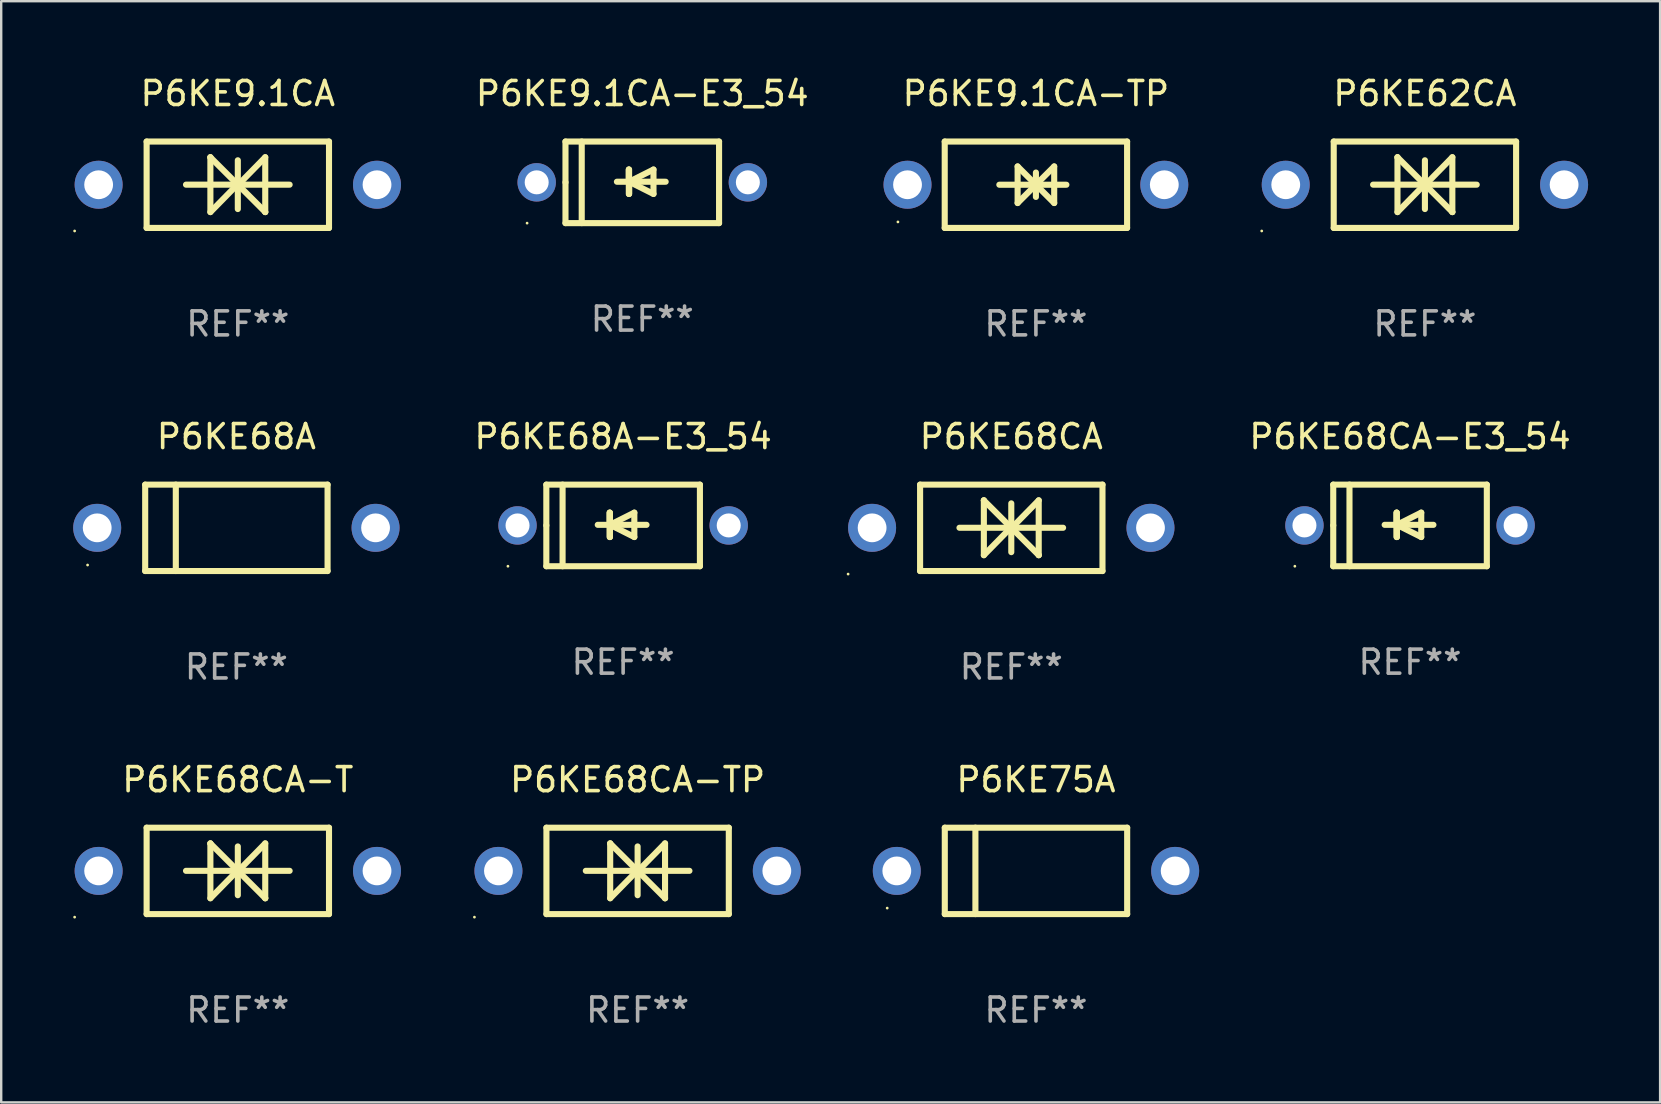
<source format=kicad_pcb>
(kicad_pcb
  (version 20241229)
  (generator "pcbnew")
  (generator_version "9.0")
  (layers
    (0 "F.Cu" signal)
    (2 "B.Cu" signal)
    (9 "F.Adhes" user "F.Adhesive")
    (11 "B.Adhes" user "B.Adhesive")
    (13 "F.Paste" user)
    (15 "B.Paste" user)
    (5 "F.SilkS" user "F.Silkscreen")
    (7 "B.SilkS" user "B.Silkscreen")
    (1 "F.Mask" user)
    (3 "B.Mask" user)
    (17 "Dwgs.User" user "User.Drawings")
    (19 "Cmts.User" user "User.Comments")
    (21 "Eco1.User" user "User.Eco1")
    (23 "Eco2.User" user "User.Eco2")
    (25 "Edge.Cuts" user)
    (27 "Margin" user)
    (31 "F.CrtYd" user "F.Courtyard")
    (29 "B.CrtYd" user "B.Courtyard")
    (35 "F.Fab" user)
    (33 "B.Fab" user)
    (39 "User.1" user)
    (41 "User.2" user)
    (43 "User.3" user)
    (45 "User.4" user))
  (footprint "P6KE9.1CA"
    (layer "F.Cu")
    (at 6.86 4.648)
    (property "Reference" "P6KE9.1CA" (at 0 -3.8 0) (layer "F.SilkS") (effects (font (size 1 1) (thickness 0.15))))
    (attr through_hole)
    (fp_line (start -3.8 -1.8) (end -3.8 1.8) (stroke (width 0.254) (type solid)) (layer "F.SilkS"))
    (fp_line (start -3.8 -1.8) (end 3.8 -1.8) (stroke (width 0.254) (type solid)) (layer "F.SilkS"))
    (fp_line (start -3.8 1.8) (end 3.8 1.8) (stroke (width 0.254) (type solid)) (layer "F.SilkS"))
    (fp_line (start -2.159 -0.003) (end 2.159 -0.003) (stroke (width 0.254) (type solid)) (layer "F.SilkS"))
    (fp_line (start -1.143 -1.146) (end -1.143 1.14) (stroke (width 0.254) (type solid)) (layer "F.SilkS"))
    (fp_line (start -1.143 -1.143) (end -1.143 -1.146) (stroke (width 0.254) (type solid)) (layer "F.SilkS"))
    (fp_line (start 0 -1.019) (end 0 1.013) (stroke (width 0.254) (type solid)) (layer "F.SilkS"))
    (fp_line (start 0 -0.026) (end -1.143 1.14) (stroke (width 0.254) (type solid)) (layer "F.SilkS"))
    (fp_line (start 0 -0.006) (end 1.143 1.137) (stroke (width 0.254) (type solid)) (layer "F.SilkS"))
    (fp_line (start 0 0) (end -1.143 -1.143) (stroke (width 0.254) (type solid)) (layer "F.SilkS"))
    (fp_line (start 0 0.02) (end 1.143 -1.146) (stroke (width 0.254) (type solid)) (layer "F.SilkS"))
    (fp_line (start 1.143 1.137) (end 1.143 1.14) (stroke (width 0.254) (type solid)) (layer "F.SilkS"))
    (fp_line (start 1.143 1.14) (end 1.143 -1.146) (stroke (width 0.254) (type solid)) (layer "F.SilkS"))
    (fp_line (start 3.8 -1.8) (end 3.8 1.8) (stroke (width 0.254) (type solid)) (layer "F.SilkS"))
    (fp_circle (center -6.8 1.927) (end -6.77 1.927) (stroke (width 0.06) (type solid)) (fill no) (layer "F.SilkS"))
    (fp_text user "REF**" (at 0 5.8 0) (layer "F.Fab") (effects (font (size 1 1) (thickness 0.15))))
    (pad "1" thru_hole circle (at -5.8 0) (size 2 2) (drill 1.2) (layers "*.Cu" "*.Mask"))
    (pad "2" thru_hole circle (at 5.8 0) (size 2 2) (drill 1.2) (layers "*.Cu" "*.Mask")))
  (footprint "P6KE62CA"
    (layer "F.Cu")
    (at 56.327 4.648)
    (property "Reference" "P6KE62CA" (at 0 -3.8 0) (layer "F.SilkS") (effects (font (size 1 1) (thickness 0.15))))
    (attr through_hole)
    (fp_line (start -3.8 -1.8) (end -3.8 1.8) (stroke (width 0.254) (type solid)) (layer "F.SilkS"))
    (fp_line (start -3.8 -1.8) (end 3.8 -1.8) (stroke (width 0.254) (type solid)) (layer "F.SilkS"))
    (fp_line (start -3.8 1.8) (end 3.8 1.8) (stroke (width 0.254) (type solid)) (layer "F.SilkS"))
    (fp_line (start -2.159 -0.003) (end 2.159 -0.003) (stroke (width 0.254) (type solid)) (layer "F.SilkS"))
    (fp_line (start -1.143 -1.146) (end -1.143 1.14) (stroke (width 0.254) (type solid)) (layer "F.SilkS"))
    (fp_line (start -1.143 -1.143) (end -1.143 -1.146) (stroke (width 0.254) (type solid)) (layer "F.SilkS"))
    (fp_line (start 0 -1.019) (end 0 1.013) (stroke (width 0.254) (type solid)) (layer "F.SilkS"))
    (fp_line (start 0 -0.026) (end -1.143 1.14) (stroke (width 0.254) (type solid)) (layer "F.SilkS"))
    (fp_line (start 0 -0.006) (end 1.143 1.137) (stroke (width 0.254) (type solid)) (layer "F.SilkS"))
    (fp_line (start 0 0) (end -1.143 -1.143) (stroke (width 0.254) (type solid)) (layer "F.SilkS"))
    (fp_line (start 0 0.02) (end 1.143 -1.146) (stroke (width 0.254) (type solid)) (layer "F.SilkS"))
    (fp_line (start 1.143 1.137) (end 1.143 1.14) (stroke (width 0.254) (type solid)) (layer "F.SilkS"))
    (fp_line (start 1.143 1.14) (end 1.143 -1.146) (stroke (width 0.254) (type solid)) (layer "F.SilkS"))
    (fp_line (start 3.8 -1.8) (end 3.8 1.8) (stroke (width 0.254) (type solid)) (layer "F.SilkS"))
    (fp_circle (center -6.8 1.927) (end -6.77 1.927) (stroke (width 0.06) (type solid)) (fill no) (layer "F.SilkS"))
    (fp_text user "REF**" (at 0 5.8 0) (layer "F.Fab") (effects (font (size 1 1) (thickness 0.15))))
    (pad "1" thru_hole circle (at -5.8 0) (size 2 2) (drill 1.2) (layers "*.Cu" "*.Mask"))
    (pad "2" thru_hole circle (at 5.8 0) (size 2 2) (drill 1.2) (layers "*.Cu" "*.Mask")))
  (footprint "P6KE68CA"
    (layer "F.Cu")
    (at 39.091 18.945)
    (property "Reference" "P6KE68CA" (at 0 -3.8 0) (layer "F.SilkS") (effects (font (size 1 1) (thickness 0.15))))
    (attr through_hole)
    (fp_line (start -3.8 -1.8) (end -3.8 1.8) (stroke (width 0.254) (type solid)) (layer "F.SilkS"))
    (fp_line (start -3.8 -1.8) (end 3.8 -1.8) (stroke (width 0.254) (type solid)) (layer "F.SilkS"))
    (fp_line (start -3.8 1.8) (end 3.8 1.8) (stroke (width 0.254) (type solid)) (layer "F.SilkS"))
    (fp_line (start -2.159 -0.003) (end 2.159 -0.003) (stroke (width 0.254) (type solid)) (layer "F.SilkS"))
    (fp_line (start -1.143 -1.146) (end -1.143 1.14) (stroke (width 0.254) (type solid)) (layer "F.SilkS"))
    (fp_line (start -1.143 -1.143) (end -1.143 -1.146) (stroke (width 0.254) (type solid)) (layer "F.SilkS"))
    (fp_line (start 0 -1.019) (end 0 1.013) (stroke (width 0.254) (type solid)) (layer "F.SilkS"))
    (fp_line (start 0 -0.026) (end -1.143 1.14) (stroke (width 0.254) (type solid)) (layer "F.SilkS"))
    (fp_line (start 0 -0.006) (end 1.143 1.137) (stroke (width 0.254) (type solid)) (layer "F.SilkS"))
    (fp_line (start 0 0) (end -1.143 -1.143) (stroke (width 0.254) (type solid)) (layer "F.SilkS"))
    (fp_line (start 0 0.02) (end 1.143 -1.146) (stroke (width 0.254) (type solid)) (layer "F.SilkS"))
    (fp_line (start 1.143 1.137) (end 1.143 1.14) (stroke (width 0.254) (type solid)) (layer "F.SilkS"))
    (fp_line (start 1.143 1.14) (end 1.143 -1.146) (stroke (width 0.254) (type solid)) (layer "F.SilkS"))
    (fp_line (start 3.8 -1.8) (end 3.8 1.8) (stroke (width 0.254) (type solid)) (layer "F.SilkS"))
    (fp_circle (center -6.8 1.927) (end -6.77 1.927) (stroke (width 0.06) (type solid)) (fill no) (layer "F.SilkS"))
    (fp_text user "REF**" (at 0 5.8 0) (layer "F.Fab") (effects (font (size 1 1) (thickness 0.15))))
    (pad "1" thru_hole circle (at -5.8 0) (size 2 2) (drill 1.2) (layers "*.Cu" "*.Mask"))
    (pad "2" thru_hole circle (at 5.8 0) (size 2 2) (drill 1.2) (layers "*.Cu" "*.Mask")))
  (footprint "P6KE68A-E3_54"
    (layer "F.Cu")
    (at 22.916 18.845)
    (property "Reference" "P6KE68A-E3_54" (at 0 -3.7 0) (layer "F.SilkS") (effects (font (size 1 1) (thickness 0.15))))
    (attr through_hole)
    (fp_line (start -3.2 -1.7) (end 3.2 -1.7) (stroke (width 0.254) (type solid)) (layer "F.SilkS"))
    (fp_line (start -3.2 0) (end -3.2 -1.7) (stroke (width 0.254) (type solid)) (layer "F.SilkS"))
    (fp_line (start -3.2 1.7) (end -3.2 0) (stroke (width 0.254) (type solid)) (layer "F.SilkS"))
    (fp_line (start -2.523 -1.7) (end -2.523 1.7) (stroke (width 0.254) (type solid)) (layer "F.SilkS"))
    (fp_line (start -0.561 -0.533) (end -0.561 0.483) (stroke (width 0.254) (type solid)) (layer "F.SilkS"))
    (fp_line (start -0.561 -0.025) (end -0.561 -0.533) (stroke (width 0.254) (type solid)) (layer "F.SilkS"))
    (fp_line (start -0.549 -0.025) (end -0.549 0.483) (stroke (width 0.254) (type solid)) (layer "F.SilkS"))
    (fp_line (start -0.549 -0.025) (end 0.467 0.483) (stroke (width 0.254) (type solid)) (layer "F.SilkS"))
    (fp_line (start -0.549 0.483) (end -0.549 -0.533) (stroke (width 0.254) (type solid)) (layer "F.SilkS"))
    (fp_line (start 0.467 -0.533) (end -0.549 -0.025) (stroke (width 0.254) (type solid)) (layer "F.SilkS"))
    (fp_line (start 0.467 0.483) (end 0.467 -0.533) (stroke (width 0.254) (type solid)) (layer "F.SilkS"))
    (fp_line (start 0.975 -0.025) (end -1.057 -0.025) (stroke (width 0.254) (type solid)) (layer "F.SilkS"))
    (fp_line (start 3.2 -1.7) (end 3.2 1.7) (stroke (width 0.254) (type solid)) (layer "F.SilkS"))
    (fp_line (start 3.2 1.7) (end -3.2 1.7) (stroke (width 0.254) (type solid)) (layer "F.SilkS"))
    (fp_circle (center -4.8 1.7) (end -4.77 1.7) (stroke (width 0.06) (type solid)) (fill no) (layer "F.SilkS"))
    (fp_text user "REF**" (at 0 5.7 0) (layer "F.Fab") (effects (font (size 1 1) (thickness 0.15))))
    (pad "1" thru_hole circle (at -4.4 0) (size 1.6 1.6) (drill 1) (layers "*.Cu" "*.Mask"))
    (pad "2" thru_hole circle (at 4.4 0) (size 1.6 1.6) (drill 1) (layers "*.Cu" "*.Mask")))
  (footprint "P6KE68A"
    (layer "F.Cu")
    (at 6.8 18.945)
    (property "Reference" "P6KE68A" (at 0 -3.8 0) (layer "F.SilkS") (effects (font (size 1 1) (thickness 0.15))))
    (attr through_hole)
    (fp_line (start -3.8 -1.8) (end -3.8 1.8) (stroke (width 0.254) (type solid)) (layer "F.SilkS"))
    (fp_line (start -3.8 -1.8) (end 3.8 -1.8) (stroke (width 0.254) (type solid)) (layer "F.SilkS"))
    (fp_line (start -3.8 1.8) (end 3.8 1.8) (stroke (width 0.254) (type solid)) (layer "F.SilkS"))
    (fp_line (start -2.524 -1.8) (end -2.524 1.8) (stroke (width 0.254) (type solid)) (layer "F.SilkS"))
    (fp_line (start 3.8 -1.8) (end 3.8 1.8) (stroke (width 0.254) (type solid)) (layer "F.SilkS"))
    (fp_circle (center -6.2 1.55) (end -6.17 1.55) (stroke (width 0.06) (type solid)) (fill no) (layer "F.SilkS"))
    (fp_text user "REF**" (at 0 5.8 0) (layer "F.Fab") (effects (font (size 1 1) (thickness 0.15))))
    (pad "1" thru_hole circle (at -5.8 0) (size 2 2) (drill 1.2) (layers "*.Cu" "*.Mask"))
    (pad "2" thru_hole circle (at 5.8 0) (size 2 2) (drill 1.2) (layers "*.Cu" "*.Mask")))
  (footprint "P6KE9.1CA-E3_54"
    (layer "F.Cu")
    (at 23.714 4.548)
    (property "Reference" "P6KE9.1CA-E3_54" (at 0 -3.7 0) (layer "F.SilkS") (effects (font (size 1 1) (thickness 0.15))))
    (attr through_hole)
    (fp_line (start -3.2 -1.7) (end 3.2 -1.7) (stroke (width 0.254) (type solid)) (layer "F.SilkS"))
    (fp_line (start -3.2 0) (end -3.2 -1.7) (stroke (width 0.254) (type solid)) (layer "F.SilkS"))
    (fp_line (start -3.2 1.7) (end -3.2 0) (stroke (width 0.254) (type solid)) (layer "F.SilkS"))
    (fp_line (start -2.523 -1.7) (end -2.523 1.7) (stroke (width 0.254) (type solid)) (layer "F.SilkS"))
    (fp_line (start -0.561 -0.533) (end -0.561 0.483) (stroke (width 0.254) (type solid)) (layer "F.SilkS"))
    (fp_line (start -0.561 -0.025) (end -0.561 -0.533) (stroke (width 0.254) (type solid)) (layer "F.SilkS"))
    (fp_line (start -0.549 -0.025) (end -0.549 0.483) (stroke (width 0.254) (type solid)) (layer "F.SilkS"))
    (fp_line (start -0.549 -0.025) (end 0.467 0.483) (stroke (width 0.254) (type solid)) (layer "F.SilkS"))
    (fp_line (start -0.549 0.483) (end -0.549 -0.533) (stroke (width 0.254) (type solid)) (layer "F.SilkS"))
    (fp_line (start 0.467 -0.533) (end -0.549 -0.025) (stroke (width 0.254) (type solid)) (layer "F.SilkS"))
    (fp_line (start 0.467 0.483) (end 0.467 -0.533) (stroke (width 0.254) (type solid)) (layer "F.SilkS"))
    (fp_line (start 0.975 -0.025) (end -1.057 -0.025) (stroke (width 0.254) (type solid)) (layer "F.SilkS"))
    (fp_line (start 3.2 -1.7) (end 3.2 1.7) (stroke (width 0.254) (type solid)) (layer "F.SilkS"))
    (fp_line (start 3.2 1.7) (end -3.2 1.7) (stroke (width 0.254) (type solid)) (layer "F.SilkS"))
    (fp_circle (center -4.8 1.7) (end -4.77 1.7) (stroke (width 0.06) (type solid)) (fill no) (layer "F.SilkS"))
    (fp_text user "REF**" (at 0 5.7 0) (layer "F.Fab") (effects (font (size 1 1) (thickness 0.15))))
    (pad "1" thru_hole circle (at -4.4 0) (size 1.6 1.6) (drill 1) (layers "*.Cu" "*.Mask"))
    (pad "2" thru_hole circle (at 4.4 0) (size 1.6 1.6) (drill 1) (layers "*.Cu" "*.Mask")))
  (footprint "P6KE68CA-TP"
    (layer "F.Cu")
    (at 23.52 33.241)
    (property "Reference" "P6KE68CA-TP" (at 0 -3.8 0) (layer "F.SilkS") (effects (font (size 1 1) (thickness 0.15))))
    (attr through_hole)
    (fp_line (start -3.8 -1.8) (end -3.8 1.8) (stroke (width 0.254) (type solid)) (layer "F.SilkS"))
    (fp_line (start -3.8 -1.8) (end 3.8 -1.8) (stroke (width 0.254) (type solid)) (layer "F.SilkS"))
    (fp_line (start -3.8 1.8) (end 3.8 1.8) (stroke (width 0.254) (type solid)) (layer "F.SilkS"))
    (fp_line (start -2.159 -0.003) (end 2.159 -0.003) (stroke (width 0.254) (type solid)) (layer "F.SilkS"))
    (fp_line (start -1.143 -1.146) (end -1.143 1.14) (stroke (width 0.254) (type solid)) (layer "F.SilkS"))
    (fp_line (start -1.143 -1.143) (end -1.143 -1.146) (stroke (width 0.254) (type solid)) (layer "F.SilkS"))
    (fp_line (start 0 -1.019) (end 0 1.013) (stroke (width 0.254) (type solid)) (layer "F.SilkS"))
    (fp_line (start 0 -0.026) (end -1.143 1.14) (stroke (width 0.254) (type solid)) (layer "F.SilkS"))
    (fp_line (start 0 -0.006) (end 1.143 1.137) (stroke (width 0.254) (type solid)) (layer "F.SilkS"))
    (fp_line (start 0 0) (end -1.143 -1.143) (stroke (width 0.254) (type solid)) (layer "F.SilkS"))
    (fp_line (start 0 0.02) (end 1.143 -1.146) (stroke (width 0.254) (type solid)) (layer "F.SilkS"))
    (fp_line (start 1.143 1.137) (end 1.143 1.14) (stroke (width 0.254) (type solid)) (layer "F.SilkS"))
    (fp_line (start 1.143 1.14) (end 1.143 -1.146) (stroke (width 0.254) (type solid)) (layer "F.SilkS"))
    (fp_line (start 3.8 -1.8) (end 3.8 1.8) (stroke (width 0.254) (type solid)) (layer "F.SilkS"))
    (fp_circle (center -6.8 1.927) (end -6.77 1.927) (stroke (width 0.06) (type solid)) (fill no) (layer "F.SilkS"))
    (fp_text user "REF**" (at 0 5.8 0) (layer "F.Fab") (effects (font (size 1 1) (thickness 0.15))))
    (pad "1" thru_hole circle (at -5.8 0) (size 2 2) (drill 1.2) (layers "*.Cu" "*.Mask"))
    (pad "2" thru_hole circle (at 5.8 0) (size 2 2) (drill 1.2) (layers "*.Cu" "*.Mask")))
  (footprint "P6KE9.1CA-TP"
    (layer "F.Cu")
    (at 40.117 4.648)
    (property "Reference" "P6KE9.1CA-TP" (at 0 -3.8 0) (layer "F.SilkS") (effects (font (size 1 1) (thickness 0.15))))
    (attr through_hole)
    (fp_line (start -3.8 -1.8) (end -3.8 1.8) (stroke (width 0.254) (type solid)) (layer "F.SilkS"))
    (fp_line (start -3.8 -1.8) (end 3.8 -1.8) (stroke (width 0.254) (type solid)) (layer "F.SilkS"))
    (fp_line (start -3.8 1.8) (end 3.8 1.8) (stroke (width 0.254) (type solid)) (layer "F.SilkS"))
    (fp_line (start -1.524 0) (end 1.27 0) (stroke (width 0.254) (type solid)) (layer "F.SilkS"))
    (fp_line (start -0.762 -0.762) (end 0.762 0.762) (stroke (width 0.254) (type solid)) (layer "F.SilkS"))
    (fp_line (start -0.762 0.762) (end -0.762 -0.762) (stroke (width 0.254) (type solid)) (layer "F.SilkS"))
    (fp_line (start 0 -0.508) (end 0 0.508) (stroke (width 0.254) (type solid)) (layer "F.SilkS"))
    (fp_line (start 0.762 -0.762) (end -0.762 0.762) (stroke (width 0.254) (type solid)) (layer "F.SilkS"))
    (fp_line (start 0.762 0.762) (end 0.762 -0.762) (stroke (width 0.254) (type solid)) (layer "F.SilkS"))
    (fp_line (start 3.8 -1.8) (end 3.8 1.8) (stroke (width 0.254) (type solid)) (layer "F.SilkS"))
    (fp_circle (center -5.75 1.55) (end -5.72 1.55) (stroke (width 0.06) (type solid)) (fill no) (layer "F.SilkS"))
    (fp_text user "REF**" (at 0 5.8 0) (layer "F.Fab") (effects (font (size 1 1) (thickness 0.15))))
    (pad "1" thru_hole circle (at -5.35 0) (size 2 2) (drill 1.2) (layers "*.Cu" "*.Mask"))
    (pad "2" thru_hole circle (at 5.35 0) (size 2 2) (drill 1.2) (layers "*.Cu" "*.Mask")))
  (footprint "P6KE75A"
    (layer "F.Cu")
    (at 40.12 33.241)
    (property "Reference" "P6KE75A" (at 0 -3.8 0) (layer "F.SilkS") (effects (font (size 1 1) (thickness 0.15))))
    (attr through_hole)
    (fp_line (start -3.8 -1.8) (end -3.8 1.8) (stroke (width 0.254) (type solid)) (layer "F.SilkS"))
    (fp_line (start -3.8 -1.8) (end 3.8 -1.8) (stroke (width 0.254) (type solid)) (layer "F.SilkS"))
    (fp_line (start -3.8 1.8) (end 3.8 1.8) (stroke (width 0.254) (type solid)) (layer "F.SilkS"))
    (fp_line (start -2.524 -1.8) (end -2.524 1.8) (stroke (width 0.254) (type solid)) (layer "F.SilkS"))
    (fp_line (start 3.8 -1.8) (end 3.8 1.8) (stroke (width 0.254) (type solid)) (layer "F.SilkS"))
    (fp_circle (center -6.2 1.55) (end -6.17 1.55) (stroke (width 0.06) (type solid)) (fill no) (layer "F.SilkS"))
    (fp_text user "REF**" (at 0 5.8 0) (layer "F.Fab") (effects (font (size 1 1) (thickness 0.15))))
    (pad "1" thru_hole circle (at -5.8 0) (size 2 2) (drill 1.2) (layers "*.Cu" "*.Mask"))
    (pad "2" thru_hole circle (at 5.8 0) (size 2 2) (drill 1.2) (layers "*.Cu" "*.Mask")))
  (footprint "P6KE68CA-E3_54"
    (layer "F.Cu")
    (at 55.707 18.845)
    (property "Reference" "P6KE68CA-E3_54" (at 0 -3.7 0) (layer "F.SilkS") (effects (font (size 1 1) (thickness 0.15))))
    (attr through_hole)
    (fp_line (start -3.2 -1.7) (end 3.2 -1.7) (stroke (width 0.254) (type solid)) (layer "F.SilkS"))
    (fp_line (start -3.2 0) (end -3.2 -1.7) (stroke (width 0.254) (type solid)) (layer "F.SilkS"))
    (fp_line (start -3.2 1.7) (end -3.2 0) (stroke (width 0.254) (type solid)) (layer "F.SilkS"))
    (fp_line (start -2.523 -1.7) (end -2.523 1.7) (stroke (width 0.254) (type solid)) (layer "F.SilkS"))
    (fp_line (start -0.561 -0.533) (end -0.561 0.483) (stroke (width 0.254) (type solid)) (layer "F.SilkS"))
    (fp_line (start -0.561 -0.025) (end -0.561 -0.533) (stroke (width 0.254) (type solid)) (layer "F.SilkS"))
    (fp_line (start -0.549 -0.025) (end -0.549 0.483) (stroke (width 0.254) (type solid)) (layer "F.SilkS"))
    (fp_line (start -0.549 -0.025) (end 0.467 0.483) (stroke (width 0.254) (type solid)) (layer "F.SilkS"))
    (fp_line (start -0.549 0.483) (end -0.549 -0.533) (stroke (width 0.254) (type solid)) (layer "F.SilkS"))
    (fp_line (start 0.467 -0.533) (end -0.549 -0.025) (stroke (width 0.254) (type solid)) (layer "F.SilkS"))
    (fp_line (start 0.467 0.483) (end 0.467 -0.533) (stroke (width 0.254) (type solid)) (layer "F.SilkS"))
    (fp_line (start 0.975 -0.025) (end -1.057 -0.025) (stroke (width 0.254) (type solid)) (layer "F.SilkS"))
    (fp_line (start 3.2 -1.7) (end 3.2 1.7) (stroke (width 0.254) (type solid)) (layer "F.SilkS"))
    (fp_line (start 3.2 1.7) (end -3.2 1.7) (stroke (width 0.254) (type solid)) (layer "F.SilkS"))
    (fp_circle (center -4.8 1.7) (end -4.77 1.7) (stroke (width 0.06) (type solid)) (fill no) (layer "F.SilkS"))
    (fp_text user "REF**" (at 0 5.7 0) (layer "F.Fab") (effects (font (size 1 1) (thickness 0.15))))
    (pad "1" thru_hole circle (at -4.4 0) (size 1.6 1.6) (drill 1) (layers "*.Cu" "*.Mask"))
    (pad "2" thru_hole circle (at 4.4 0) (size 1.6 1.6) (drill 1) (layers "*.Cu" "*.Mask")))
  (footprint "P6KE68CA-T"
    (layer "F.Cu")
    (at 6.86 33.241)
    (property "Reference" "P6KE68CA-T" (at 0 -3.8 0) (layer "F.SilkS") (effects (font (size 1 1) (thickness 0.15))))
    (attr through_hole)
    (fp_line (start -3.8 -1.8) (end -3.8 1.8) (stroke (width 0.254) (type solid)) (layer "F.SilkS"))
    (fp_line (start -3.8 -1.8) (end 3.8 -1.8) (stroke (width 0.254) (type solid)) (layer "F.SilkS"))
    (fp_line (start -3.8 1.8) (end 3.8 1.8) (stroke (width 0.254) (type solid)) (layer "F.SilkS"))
    (fp_line (start -2.159 -0.003) (end 2.159 -0.003) (stroke (width 0.254) (type solid)) (layer "F.SilkS"))
    (fp_line (start -1.143 -1.146) (end -1.143 1.14) (stroke (width 0.254) (type solid)) (layer "F.SilkS"))
    (fp_line (start -1.143 -1.143) (end -1.143 -1.146) (stroke (width 0.254) (type solid)) (layer "F.SilkS"))
    (fp_line (start 0 -1.019) (end 0 1.013) (stroke (width 0.254) (type solid)) (layer "F.SilkS"))
    (fp_line (start 0 -0.026) (end -1.143 1.14) (stroke (width 0.254) (type solid)) (layer "F.SilkS"))
    (fp_line (start 0 -0.006) (end 1.143 1.137) (stroke (width 0.254) (type solid)) (layer "F.SilkS"))
    (fp_line (start 0 0) (end -1.143 -1.143) (stroke (width 0.254) (type solid)) (layer "F.SilkS"))
    (fp_line (start 0 0.02) (end 1.143 -1.146) (stroke (width 0.254) (type solid)) (layer "F.SilkS"))
    (fp_line (start 1.143 1.137) (end 1.143 1.14) (stroke (width 0.254) (type solid)) (layer "F.SilkS"))
    (fp_line (start 1.143 1.14) (end 1.143 -1.146) (stroke (width 0.254) (type solid)) (layer "F.SilkS"))
    (fp_line (start 3.8 -1.8) (end 3.8 1.8) (stroke (width 0.254) (type solid)) (layer "F.SilkS"))
    (fp_circle (center -6.8 1.927) (end -6.77 1.927) (stroke (width 0.06) (type solid)) (fill no) (layer "F.SilkS"))
    (fp_text user "REF**" (at 0 5.8 0) (layer "F.Fab") (effects (font (size 1 1) (thickness 0.15))))
    (pad "1" thru_hole circle (at -5.8 0) (size 2 2) (drill 1.2) (layers "*.Cu" "*.Mask"))
    (pad "2" thru_hole circle (at 5.8 0) (size 2 2) (drill 1.2) (layers "*.Cu" "*.Mask")))
  (gr_rect
    (start -3 -3)
    (end 66.128 42.889)
    (stroke (width 0.1) (type default))
    (fill no)
    (layer "Edge.Cuts")))
</source>
